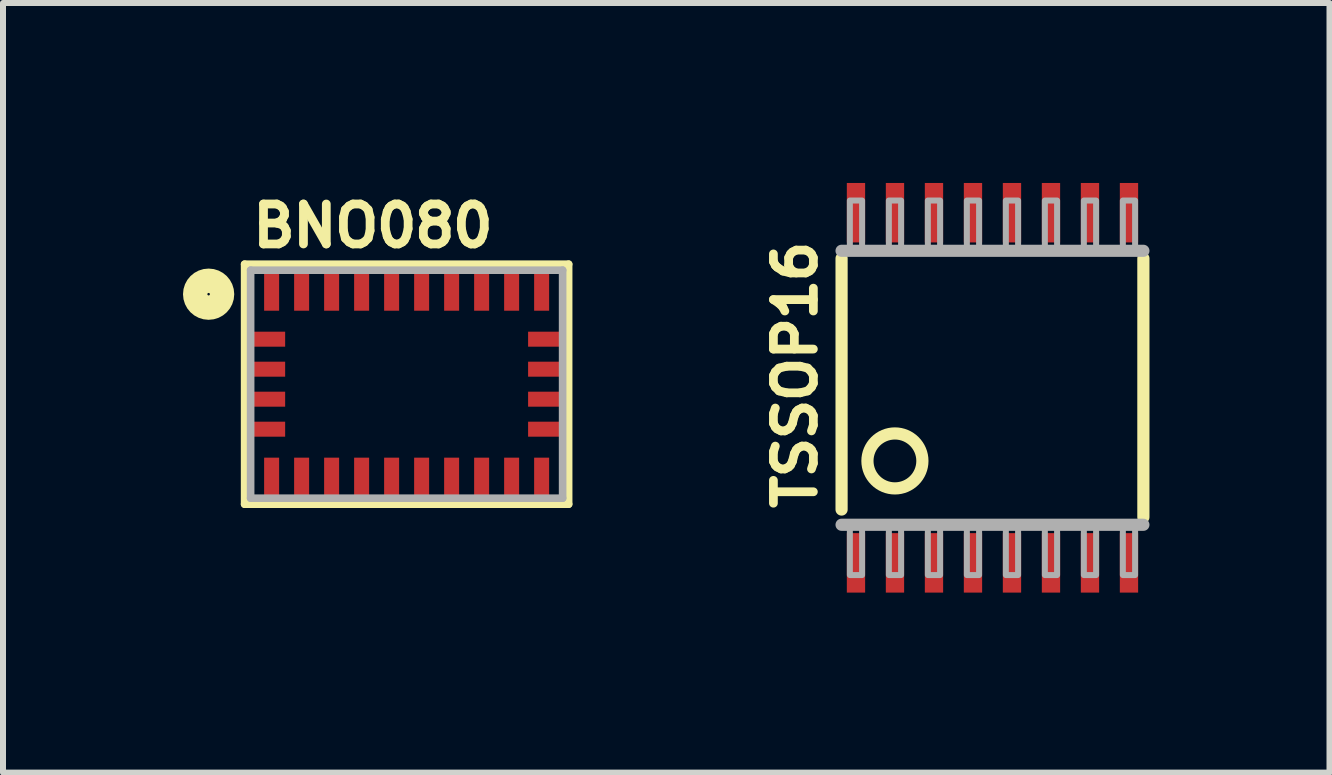
<source format=kicad_pcb>
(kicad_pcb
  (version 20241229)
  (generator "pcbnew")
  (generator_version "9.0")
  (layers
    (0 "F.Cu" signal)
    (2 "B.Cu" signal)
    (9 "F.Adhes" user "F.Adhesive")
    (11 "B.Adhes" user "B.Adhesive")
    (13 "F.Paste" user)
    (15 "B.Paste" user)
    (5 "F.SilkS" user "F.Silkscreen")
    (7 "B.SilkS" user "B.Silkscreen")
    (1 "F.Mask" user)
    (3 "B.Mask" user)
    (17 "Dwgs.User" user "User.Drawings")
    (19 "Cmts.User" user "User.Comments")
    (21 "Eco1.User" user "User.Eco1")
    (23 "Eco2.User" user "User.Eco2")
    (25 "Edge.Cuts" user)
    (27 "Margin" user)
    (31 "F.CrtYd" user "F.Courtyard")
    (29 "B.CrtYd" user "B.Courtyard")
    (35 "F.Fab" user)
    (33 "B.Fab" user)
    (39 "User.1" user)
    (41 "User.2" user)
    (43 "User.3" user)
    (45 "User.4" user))
  (footprint "TSSOP16"
    (layer "F.Cu")
    (at 13.491 3.413)
    (property "Reference" "TSSOP16" (at -2.896 2.083 90) (layer "F.SilkS") (effects (font (size 0.666 0.666) (thickness 0.146)) (justify left bottom)))
    (fp_line (start -2.515 2.029) (end -2.515 -2.156) (stroke (width 0.203) (type solid)) (layer "F.SilkS"))
    (fp_line (start 2.515 -2.156) (end 2.515 2.156) (stroke (width 0.203) (type solid)) (layer "F.SilkS"))
    (fp_circle (center -1.626 1.219) (end -1.168 1.219) (stroke (width 0.203) (type solid)) (fill no) (layer "F.SilkS"))
    (fp_line (start -2.515 2.283) (end 2.515 2.283) (stroke (width 0.203) (type solid)) (layer "F.Fab"))
    (fp_line (start 2.515 -2.283) (end -2.515 -2.283) (stroke (width 0.203) (type solid)) (layer "F.Fab"))
    (fp_poly (pts (xy -2.377 -2.283) (xy -2.173 -2.283) (xy -2.173 -3.121) (xy -2.377 -3.121)) (stroke (width 0.1) (type default)) (fill no) (layer "F.Fab"))
    (fp_poly (pts (xy -2.377 3.121) (xy -2.173 3.121) (xy -2.173 2.283) (xy -2.377 2.283)) (stroke (width 0.1) (type default)) (fill no) (layer "F.Fab"))
    (fp_poly (pts (xy -1.727 -2.283) (xy -1.523 -2.283) (xy -1.523 -3.121) (xy -1.727 -3.121)) (stroke (width 0.1) (type default)) (fill no) (layer "F.Fab"))
    (fp_poly (pts (xy -1.727 3.121) (xy -1.523 3.121) (xy -1.523 2.283) (xy -1.727 2.283)) (stroke (width 0.1) (type default)) (fill no) (layer "F.Fab"))
    (fp_poly (pts (xy -1.077 -2.283) (xy -0.873 -2.283) (xy -0.873 -3.121) (xy -1.077 -3.121)) (stroke (width 0.1) (type default)) (fill no) (layer "F.Fab"))
    (fp_poly (pts (xy -1.077 3.121) (xy -0.873 3.121) (xy -0.873 2.283) (xy -1.077 2.283)) (stroke (width 0.1) (type default)) (fill no) (layer "F.Fab"))
    (fp_poly (pts (xy -0.427 -2.283) (xy -0.223 -2.283) (xy -0.223 -3.121) (xy -0.427 -3.121)) (stroke (width 0.1) (type default)) (fill no) (layer "F.Fab"))
    (fp_poly (pts (xy -0.427 3.121) (xy -0.223 3.121) (xy -0.223 2.283) (xy -0.427 2.283)) (stroke (width 0.1) (type default)) (fill no) (layer "F.Fab"))
    (fp_poly (pts (xy 0.223 -2.283) (xy 0.427 -2.283) (xy 0.427 -3.121) (xy 0.223 -3.121)) (stroke (width 0.1) (type default)) (fill no) (layer "F.Fab"))
    (fp_poly (pts (xy 0.223 3.121) (xy 0.427 3.121) (xy 0.427 2.283) (xy 0.223 2.283)) (stroke (width 0.1) (type default)) (fill no) (layer "F.Fab"))
    (fp_poly (pts (xy 0.873 -2.283) (xy 1.077 -2.283) (xy 1.077 -3.121) (xy 0.873 -3.121)) (stroke (width 0.1) (type default)) (fill no) (layer "F.Fab"))
    (fp_poly (pts (xy 0.873 3.121) (xy 1.077 3.121) (xy 1.077 2.283) (xy 0.873 2.283)) (stroke (width 0.1) (type default)) (fill no) (layer "F.Fab"))
    (fp_poly (pts (xy 1.523 -2.283) (xy 1.727 -2.283) (xy 1.727 -3.121) (xy 1.523 -3.121)) (stroke (width 0.1) (type default)) (fill no) (layer "F.Fab"))
    (fp_poly (pts (xy 1.523 3.121) (xy 1.727 3.121) (xy 1.727 2.283) (xy 1.523 2.283)) (stroke (width 0.1) (type default)) (fill no) (layer "F.Fab"))
    (fp_poly (pts (xy 2.173 -2.283) (xy 2.377 -2.283) (xy 2.377 -3.121) (xy 2.173 -3.121)) (stroke (width 0.1) (type default)) (fill no) (layer "F.Fab"))
    (fp_poly (pts (xy 2.173 3.121) (xy 2.377 3.121) (xy 2.377 2.283) (xy 2.173 2.283)) (stroke (width 0.1) (type default)) (fill no) (layer "F.Fab"))
    (pad "1" smd rect (at -2.275 2.918) (size 0.305 0.991) (layers "F.Cu" "F.Mask" "F.Paste"))
    (pad "2" smd rect (at -1.625 2.918) (size 0.305 0.991) (layers "F.Cu" "F.Mask" "F.Paste"))
    (pad "3" smd rect (at -0.975 2.918) (size 0.305 0.991) (layers "F.Cu" "F.Mask" "F.Paste"))
    (pad "4" smd rect (at -0.325 2.918) (size 0.305 0.991) (layers "F.Cu" "F.Mask" "F.Paste"))
    (pad "5" smd rect (at 0.325 2.918) (size 0.305 0.991) (layers "F.Cu" "F.Mask" "F.Paste"))
    (pad "6" smd rect (at 0.975 2.918) (size 0.305 0.991) (layers "F.Cu" "F.Mask" "F.Paste"))
    (pad "7" smd rect (at 1.625 2.918) (size 0.305 0.991) (layers "F.Cu" "F.Mask" "F.Paste"))
    (pad "8" smd rect (at 2.275 2.918) (size 0.305 0.991) (layers "F.Cu" "F.Mask" "F.Paste"))
    (pad "9" smd rect (at 2.275 -2.918) (size 0.305 0.991) (layers "F.Cu" "F.Mask" "F.Paste"))
    (pad "10" smd rect (at 1.625 -2.918) (size 0.305 0.991) (layers "F.Cu" "F.Mask" "F.Paste"))
    (pad "11" smd rect (at 0.975 -2.918) (size 0.305 0.991) (layers "F.Cu" "F.Mask" "F.Paste"))
    (pad "12" smd rect (at 0.325 -2.918) (size 0.305 0.991) (layers "F.Cu" "F.Mask" "F.Paste"))
    (pad "13" smd rect (at -0.325 -2.918) (size 0.305 0.991) (layers "F.Cu" "F.Mask" "F.Paste"))
    (pad "14" smd rect (at -0.975 -2.918) (size 0.305 0.991) (layers "F.Cu" "F.Mask" "F.Paste"))
    (pad "15" smd rect (at -1.625 -2.918) (size 0.305 0.991) (layers "F.Cu" "F.Mask" "F.Paste"))
    (pad "16" smd rect (at -2.275 -2.918) (size 0.305 0.991) (layers "F.Cu" "F.Mask" "F.Paste")))
  (footprint "BNO080"
    (layer "F.Cu")
    (at 3.727 3.353)
    (property "Reference" "BNO080" (at -2.64 -2.248 0) (layer "F.SilkS") (effects (font (size 0.666 0.666) (thickness 0.146)) (justify left bottom)))
    (fp_line (start -2.7 -2) (end 2.7 -2) (stroke (width 0.127) (type solid)) (layer "F.SilkS"))
    (fp_line (start -2.7 2) (end -2.7 -2) (stroke (width 0.127) (type solid)) (layer "F.SilkS"))
    (fp_line (start 2.7 -2) (end 2.7 2) (stroke (width 0.127) (type solid)) (layer "F.SilkS"))
    (fp_line (start 2.7 2) (end -2.7 2) (stroke (width 0.127) (type solid)) (layer "F.SilkS"))
    (fp_circle (center -3.3 -1.5) (end -3.076 -1.5) (stroke (width 0.406) (type solid)) (fill no) (layer "F.SilkS"))
    (fp_line (start -2.6 -1.9) (end 2.6 -1.9) (stroke (width 0.127) (type solid)) (layer "F.Fab"))
    (fp_line (start -2.6 1.9) (end -2.6 -1.9) (stroke (width 0.127) (type solid)) (layer "F.Fab"))
    (fp_line (start 2.6 -1.9) (end 2.6 1.9) (stroke (width 0.127) (type solid)) (layer "F.Fab"))
    (fp_line (start 2.6 1.9) (end -2.6 1.9) (stroke (width 0.127) (type solid)) (layer "F.Fab"))
    (pad "1" smd rect (at -2.25 -1.562) (size 0.25 0.675) (layers "F.Cu" "F.Mask" "F.Paste"))
    (pad "2" smd rect (at -2.312 -0.75 90) (size 0.25 0.575) (layers "F.Cu" "F.Mask" "F.Paste"))
    (pad "3" smd rect (at -2.312 -0.25 90) (size 0.25 0.575) (layers "F.Cu" "F.Mask" "F.Paste"))
    (pad "4" smd rect (at -2.312 0.25 90) (size 0.25 0.575) (layers "F.Cu" "F.Mask" "F.Paste"))
    (pad "5" smd rect (at -2.312 0.75 90) (size 0.25 0.575) (layers "F.Cu" "F.Mask" "F.Paste"))
    (pad "6" smd rect (at -2.25 1.562) (size 0.25 0.675) (layers "F.Cu" "F.Mask" "F.Paste"))
    (pad "7" smd rect (at -1.75 1.562) (size 0.25 0.675) (layers "F.Cu" "F.Mask" "F.Paste"))
    (pad "8" smd rect (at -1.25 1.562) (size 0.25 0.675) (layers "F.Cu" "F.Mask" "F.Paste"))
    (pad "9" smd rect (at -0.75 1.562) (size 0.25 0.675) (layers "F.Cu" "F.Mask" "F.Paste"))
    (pad "10" smd rect (at -0.25 1.562) (size 0.25 0.675) (layers "F.Cu" "F.Mask" "F.Paste"))
    (pad "11" smd rect (at 0.25 1.562) (size 0.25 0.675) (layers "F.Cu" "F.Mask" "F.Paste"))
    (pad "12" smd rect (at 0.75 1.562) (size 0.25 0.675) (layers "F.Cu" "F.Mask" "F.Paste"))
    (pad "13" smd rect (at 1.25 1.562) (size 0.25 0.675) (layers "F.Cu" "F.Mask" "F.Paste"))
    (pad "14" smd rect (at 1.75 1.562) (size 0.25 0.675) (layers "F.Cu" "F.Mask" "F.Paste"))
    (pad "15" smd rect (at 2.25 1.562) (size 0.25 0.675) (layers "F.Cu" "F.Mask" "F.Paste"))
    (pad "16" smd rect (at 2.312 0.75 90) (size 0.25 0.575) (layers "F.Cu" "F.Mask" "F.Paste"))
    (pad "17" smd rect (at 2.312 0.25 90) (size 0.25 0.575) (layers "F.Cu" "F.Mask" "F.Paste"))
    (pad "18" smd rect (at 2.312 -0.25 90) (size 0.25 0.575) (layers "F.Cu" "F.Mask" "F.Paste"))
    (pad "19" smd rect (at 2.312 -0.75 90) (size 0.25 0.575) (layers "F.Cu" "F.Mask" "F.Paste"))
    (pad "20" smd rect (at 2.25 -1.562) (size 0.25 0.675) (layers "F.Cu" "F.Mask" "F.Paste"))
    (pad "21" smd rect (at 1.75 -1.562) (size 0.25 0.675) (layers "F.Cu" "F.Mask" "F.Paste"))
    (pad "22" smd rect (at 1.25 -1.562) (size 0.25 0.675) (layers "F.Cu" "F.Mask" "F.Paste"))
    (pad "23" smd rect (at 0.75 -1.562) (size 0.25 0.675) (layers "F.Cu" "F.Mask" "F.Paste"))
    (pad "24" smd rect (at 0.25 -1.562) (size 0.25 0.675) (layers "F.Cu" "F.Mask" "F.Paste"))
    (pad "25" smd rect (at -0.25 -1.562) (size 0.25 0.675) (layers "F.Cu" "F.Mask" "F.Paste"))
    (pad "26" smd rect (at -0.75 -1.562) (size 0.25 0.675) (layers "F.Cu" "F.Mask" "F.Paste"))
    (pad "27" smd rect (at -1.25 -1.562) (size 0.25 0.675) (layers "F.Cu" "F.Mask" "F.Paste"))
    (pad "28" smd rect (at -1.75 -1.562) (size 0.25 0.675) (layers "F.Cu" "F.Mask" "F.Paste")))
  (gr_rect
    (start -3 -3)
    (end 19.108 9.826)
    (stroke (width 0.1) (type default))
    (fill no)
    (layer "Edge.Cuts")))
</source>
